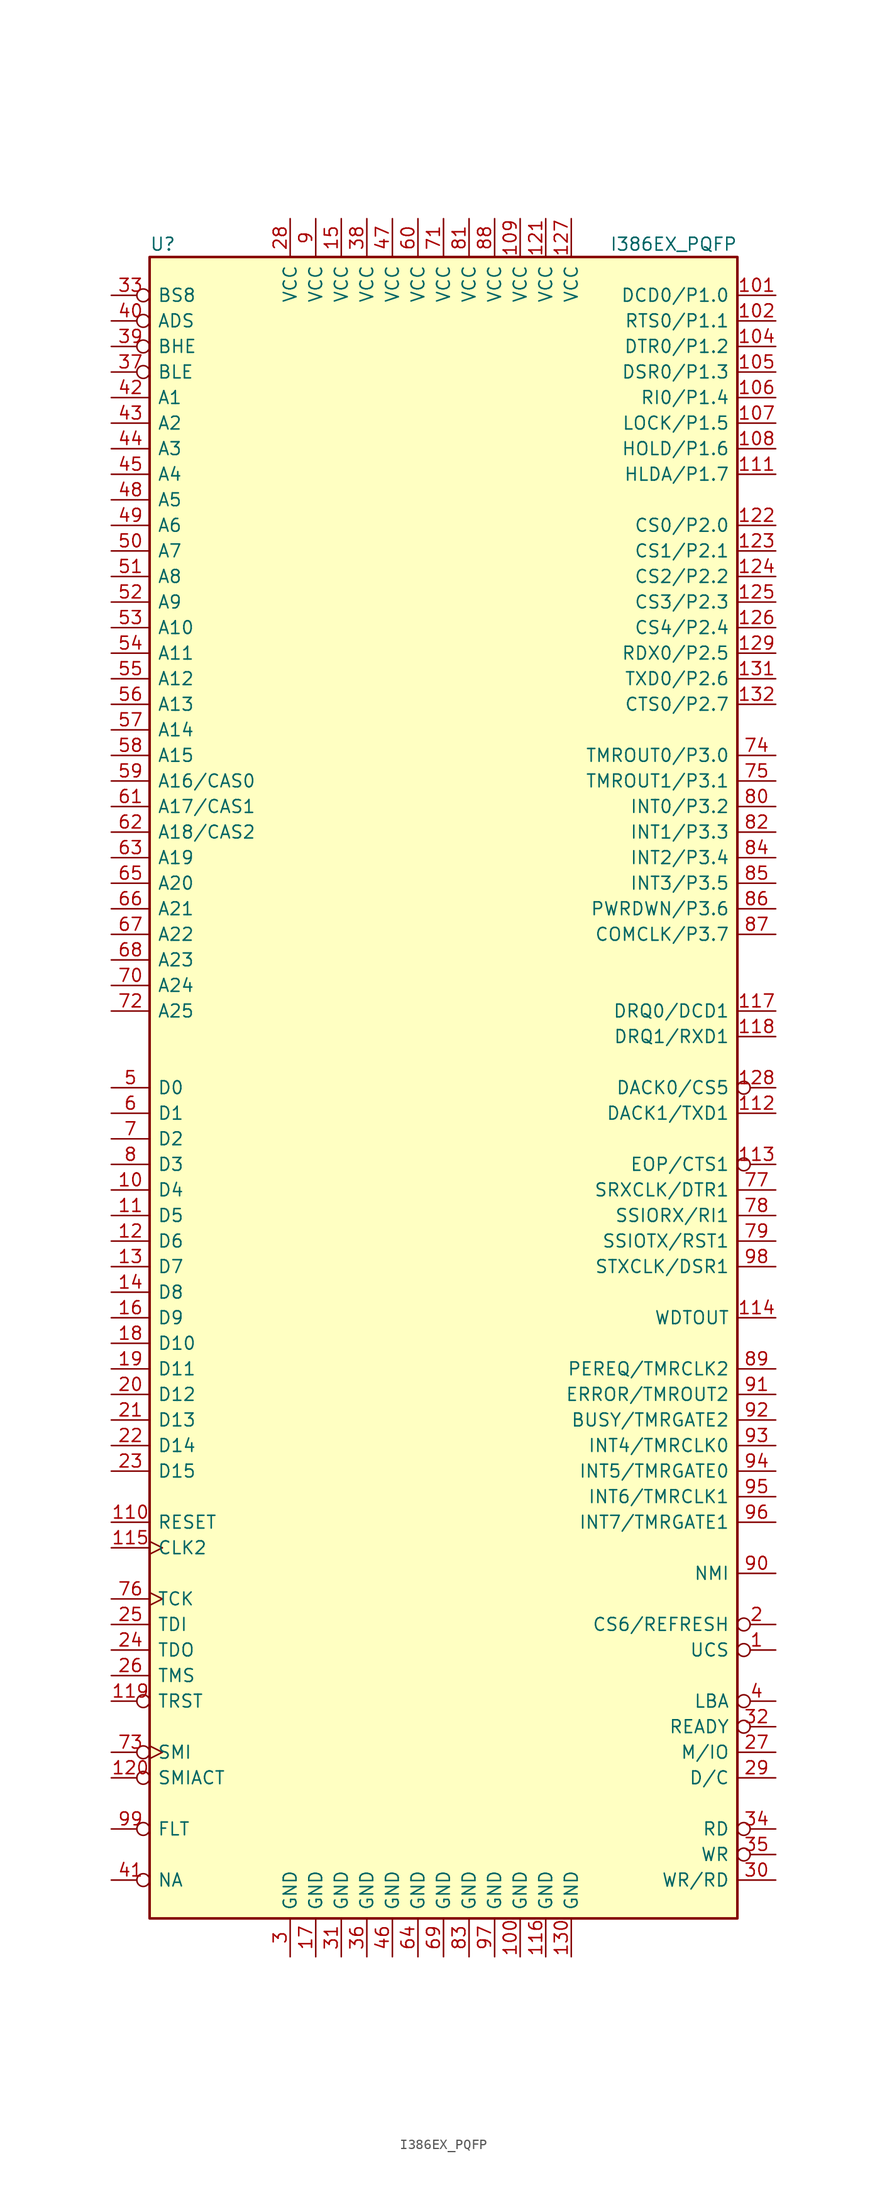
<source format=kicad_sym>
(kicad_symbol_lib
  (version 20211014)
  (generator kicad_symbol_editor)
  (symbol "I386EX_PQFP"
    (pin_names
      (offset 0.762))
    (property "Reference" "U"
      (at -29.21 83.82 0)
      (effects (font (size 1.27 1.27)) (justify left)))
    (property "Value" "I386EX_PQFP"
      (at 16.51 83.82 0)
      (effects (font (size 1.27 1.27)) (justify left)))
    (symbol "I386EX_PQFP_1_1"
      (rectangle (start -29.21 -82.55) (end 29.21 82.55) (stroke (width 0.254) (type default) (color 0 0 0 0)) (fill (type background)))
      (pin output inverted (at 33.02 -55.88 180) (length 3.81) (name "UCS" (effects (font (size 1.27 1.27)))) (number "1" (effects (font (size 1.27 1.27)))))
      (pin tri_state line (at -33.02 -10.16 0) (length 3.81) (name "D4" (effects (font (size 1.27 1.27)))) (number "10" (effects (font (size 1.27 1.27)))))
      (pin power_in line (at 7.62 -86.36 90) (length 3.81) (name "GND" (effects (font (size 1.27 1.27)))) (number "100" (effects (font (size 1.27 1.27)))))
      (pin bidirectional line (at 33.02 78.74 180) (length 3.81) (name "DCD0/P1.0" (effects (font (size 1.27 1.27)))) (number "101" (effects (font (size 1.27 1.27)))))
      (pin bidirectional line (at 33.02 76.2 180) (length 3.81) (name "RTS0/P1.1" (effects (font (size 1.27 1.27)))) (number "102" (effects (font (size 1.27 1.27)))))
      (pin bidirectional line (at 33.02 73.66 180) (length 3.81) (name "DTR0/P1.2" (effects (font (size 1.27 1.27)))) (number "104" (effects (font (size 1.27 1.27)))))
      (pin bidirectional line (at 33.02 71.12 180) (length 3.81) (name "DSR0/P1.3" (effects (font (size 1.27 1.27)))) (number "105" (effects (font (size 1.27 1.27)))))
      (pin bidirectional line (at 33.02 68.58 180) (length 3.81) (name "RI0/P1.4" (effects (font (size 1.27 1.27)))) (number "106" (effects (font (size 1.27 1.27)))))
      (pin bidirectional line (at 33.02 66.04 180) (length 3.81) (name "LOCK/P1.5" (effects (font (size 1.27 1.27)))) (number "107" (effects (font (size 1.27 1.27)))))
      (pin bidirectional line (at 33.02 63.5 180) (length 3.81) (name "HOLD/P1.6" (effects (font (size 1.27 1.27)))) (number "108" (effects (font (size 1.27 1.27)))))
      (pin power_in line (at 7.62 86.36 270) (length 3.81) (name "VCC" (effects (font (size 1.27 1.27)))) (number "109" (effects (font (size 1.27 1.27)))))
      (pin tri_state line (at -33.02 -12.7 0) (length 3.81) (name "D5" (effects (font (size 1.27 1.27)))) (number "11" (effects (font (size 1.27 1.27)))))
      (pin input line (at -33.02 -43.18 0) (length 3.81) (name "RESET" (effects (font (size 1.27 1.27)))) (number "110" (effects (font (size 1.27 1.27)))))
      (pin bidirectional line (at 33.02 60.96 180) (length 3.81) (name "HLDA/P1.7" (effects (font (size 1.27 1.27)))) (number "111" (effects (font (size 1.27 1.27)))))
      (pin output line (at 33.02 -2.54 180) (length 3.81) (name "DACK1/TXD1" (effects (font (size 1.27 1.27)))) (number "112" (effects (font (size 1.27 1.27)))))
      (pin bidirectional inverted (at 33.02 -7.62 180) (length 3.81) (name "EOP/CTS1" (effects (font (size 1.27 1.27)))) (number "113" (effects (font (size 1.27 1.27)))))
      (pin output line (at 33.02 -22.86 180) (length 3.81) (name "WDTOUT" (effects (font (size 1.27 1.27)))) (number "114" (effects (font (size 1.27 1.27)))))
      (pin input clock (at -33.02 -45.72 0) (length 3.81) (name "CLK2" (effects (font (size 1.27 1.27)))) (number "115" (effects (font (size 1.27 1.27)))))
      (pin power_in line (at 10.16 -86.36 90) (length 3.81) (name "GND" (effects (font (size 1.27 1.27)))) (number "116" (effects (font (size 1.27 1.27)))))
      (pin input line (at 33.02 7.62 180) (length 3.81) (name "DRQ0/DCD1" (effects (font (size 1.27 1.27)))) (number "117" (effects (font (size 1.27 1.27)))))
      (pin input line (at 33.02 5.08 180) (length 3.81) (name "DRQ1/RXD1" (effects (font (size 1.27 1.27)))) (number "118" (effects (font (size 1.27 1.27)))))
      (pin input inverted (at -33.02 -60.96 0) (length 3.81) (name "TRST" (effects (font (size 1.27 1.27)))) (number "119" (effects (font (size 1.27 1.27)))))
      (pin tri_state line (at -33.02 -15.24 0) (length 3.81) (name "D6" (effects (font (size 1.27 1.27)))) (number "12" (effects (font (size 1.27 1.27)))))
      (pin output inverted (at -33.02 -68.58 0) (length 3.81) (name "SMIACT" (effects (font (size 1.27 1.27)))) (number "120" (effects (font (size 1.27 1.27)))))
      (pin power_in line (at 10.16 86.36 270) (length 3.81) (name "VCC" (effects (font (size 1.27 1.27)))) (number "121" (effects (font (size 1.27 1.27)))))
      (pin bidirectional line (at 33.02 55.88 180) (length 3.81) (name "CS0/P2.0" (effects (font (size 1.27 1.27)))) (number "122" (effects (font (size 1.27 1.27)))))
      (pin bidirectional line (at 33.02 53.34 180) (length 3.81) (name "CS1/P2.1" (effects (font (size 1.27 1.27)))) (number "123" (effects (font (size 1.27 1.27)))))
      (pin bidirectional line (at 33.02 50.8 180) (length 3.81) (name "CS2/P2.2" (effects (font (size 1.27 1.27)))) (number "124" (effects (font (size 1.27 1.27)))))
      (pin bidirectional line (at 33.02 48.26 180) (length 3.81) (name "CS3/P2.3" (effects (font (size 1.27 1.27)))) (number "125" (effects (font (size 1.27 1.27)))))
      (pin bidirectional line (at 33.02 45.72 180) (length 3.81) (name "CS4/P2.4" (effects (font (size 1.27 1.27)))) (number "126" (effects (font (size 1.27 1.27)))))
      (pin power_in line (at 12.7 86.36 270) (length 3.81) (name "VCC" (effects (font (size 1.27 1.27)))) (number "127" (effects (font (size 1.27 1.27)))))
      (pin output inverted (at 33.02 0 180) (length 3.81) (name "DACK0/CS5" (effects (font (size 1.27 1.27)))) (number "128" (effects (font (size 1.27 1.27)))))
      (pin bidirectional line (at 33.02 43.18 180) (length 3.81) (name "RDX0/P2.5" (effects (font (size 1.27 1.27)))) (number "129" (effects (font (size 1.27 1.27)))))
      (pin tri_state line (at -33.02 -17.78 0) (length 3.81) (name "D7" (effects (font (size 1.27 1.27)))) (number "13" (effects (font (size 1.27 1.27)))))
      (pin power_in line (at 12.7 -86.36 90) (length 3.81) (name "GND" (effects (font (size 1.27 1.27)))) (number "130" (effects (font (size 1.27 1.27)))))
      (pin bidirectional line (at 33.02 40.64 180) (length 3.81) (name "TXD0/P2.6" (effects (font (size 1.27 1.27)))) (number "131" (effects (font (size 1.27 1.27)))))
      (pin bidirectional line (at 33.02 38.1 180) (length 3.81) (name "CTS0/P2.7" (effects (font (size 1.27 1.27)))) (number "132" (effects (font (size 1.27 1.27)))))
      (pin tri_state line (at -33.02 -20.32 0) (length 3.81) (name "D8" (effects (font (size 1.27 1.27)))) (number "14" (effects (font (size 1.27 1.27)))))
      (pin power_in line (at -10.16 86.36 270) (length 3.81) (name "VCC" (effects (font (size 1.27 1.27)))) (number "15" (effects (font (size 1.27 1.27)))))
      (pin tri_state line (at -33.02 -22.86 0) (length 3.81) (name "D9" (effects (font (size 1.27 1.27)))) (number "16" (effects (font (size 1.27 1.27)))))
      (pin power_in line (at -12.7 -86.36 90) (length 3.81) (name "GND" (effects (font (size 1.27 1.27)))) (number "17" (effects (font (size 1.27 1.27)))))
      (pin tri_state line (at -33.02 -25.4 0) (length 3.81) (name "D10" (effects (font (size 1.27 1.27)))) (number "18" (effects (font (size 1.27 1.27)))))
      (pin tri_state line (at -33.02 -27.94 0) (length 3.81) (name "D11" (effects (font (size 1.27 1.27)))) (number "19" (effects (font (size 1.27 1.27)))))
      (pin output inverted (at 33.02 -53.34 180) (length 3.81) (name "CS6/REFRESH" (effects (font (size 1.27 1.27)))) (number "2" (effects (font (size 1.27 1.27)))))
      (pin tri_state line (at -33.02 -30.48 0) (length 3.81) (name "D12" (effects (font (size 1.27 1.27)))) (number "20" (effects (font (size 1.27 1.27)))))
      (pin tri_state line (at -33.02 -33.02 0) (length 3.81) (name "D13" (effects (font (size 1.27 1.27)))) (number "21" (effects (font (size 1.27 1.27)))))
      (pin tri_state line (at -33.02 -35.56 0) (length 3.81) (name "D14" (effects (font (size 1.27 1.27)))) (number "22" (effects (font (size 1.27 1.27)))))
      (pin tri_state line (at -33.02 -38.1 0) (length 3.81) (name "D15" (effects (font (size 1.27 1.27)))) (number "23" (effects (font (size 1.27 1.27)))))
      (pin output line (at -33.02 -55.88 0) (length 3.81) (name "TDO" (effects (font (size 1.27 1.27)))) (number "24" (effects (font (size 1.27 1.27)))))
      (pin input line (at -33.02 -53.34 0) (length 3.81) (name "TDI" (effects (font (size 1.27 1.27)))) (number "25" (effects (font (size 1.27 1.27)))))
      (pin input line (at -33.02 -58.42 0) (length 3.81) (name "TMS" (effects (font (size 1.27 1.27)))) (number "26" (effects (font (size 1.27 1.27)))))
      (pin output line (at 33.02 -66.04 180) (length 3.81) (name "M/IO" (effects (font (size 1.27 1.27)))) (number "27" (effects (font (size 1.27 1.27)))))
      (pin power_in line (at -15.24 86.36 270) (length 3.81) (name "VCC" (effects (font (size 1.27 1.27)))) (number "28" (effects (font (size 1.27 1.27)))))
      (pin output line (at 33.02 -68.58 180) (length 3.81) (name "D/C" (effects (font (size 1.27 1.27)))) (number "29" (effects (font (size 1.27 1.27)))))
      (pin power_in line (at -15.24 -86.36 90) (length 3.81) (name "GND" (effects (font (size 1.27 1.27)))) (number "3" (effects (font (size 1.27 1.27)))))
      (pin output line (at 33.02 -78.74 180) (length 3.81) (name "WR/RD" (effects (font (size 1.27 1.27)))) (number "30" (effects (font (size 1.27 1.27)))))
      (pin power_in line (at -10.16 -86.36 90) (length 3.81) (name "GND" (effects (font (size 1.27 1.27)))) (number "31" (effects (font (size 1.27 1.27)))))
      (pin bidirectional inverted (at 33.02 -63.5 180) (length 3.81) (name "READY" (effects (font (size 1.27 1.27)))) (number "32" (effects (font (size 1.27 1.27)))))
      (pin input inverted (at -33.02 78.74 0) (length 3.81) (name "BS8" (effects (font (size 1.27 1.27)))) (number "33" (effects (font (size 1.27 1.27)))))
      (pin output inverted (at 33.02 -73.66 180) (length 3.81) (name "RD" (effects (font (size 1.27 1.27)))) (number "34" (effects (font (size 1.27 1.27)))))
      (pin output inverted (at 33.02 -76.2 180) (length 3.81) (name "WR" (effects (font (size 1.27 1.27)))) (number "35" (effects (font (size 1.27 1.27)))))
      (pin power_in line (at -7.62 -86.36 90) (length 3.81) (name "GND" (effects (font (size 1.27 1.27)))) (number "36" (effects (font (size 1.27 1.27)))))
      (pin output inverted (at -33.02 71.12 0) (length 3.81) (name "BLE" (effects (font (size 1.27 1.27)))) (number "37" (effects (font (size 1.27 1.27)))))
      (pin power_in line (at -7.62 86.36 270) (length 3.81) (name "VCC" (effects (font (size 1.27 1.27)))) (number "38" (effects (font (size 1.27 1.27)))))
      (pin output inverted (at -33.02 73.66 0) (length 3.81) (name "BHE" (effects (font (size 1.27 1.27)))) (number "39" (effects (font (size 1.27 1.27)))))
      (pin output inverted (at 33.02 -60.96 180) (length 3.81) (name "LBA" (effects (font (size 1.27 1.27)))) (number "4" (effects (font (size 1.27 1.27)))))
      (pin output inverted (at -33.02 76.2 0) (length 3.81) (name "ADS" (effects (font (size 1.27 1.27)))) (number "40" (effects (font (size 1.27 1.27)))))
      (pin input inverted (at -33.02 -78.74 0) (length 3.81) (name "NA" (effects (font (size 1.27 1.27)))) (number "41" (effects (font (size 1.27 1.27)))))
      (pin tri_state line (at -33.02 68.58 0) (length 3.81) (name "A1" (effects (font (size 1.27 1.27)))) (number "42" (effects (font (size 1.27 1.27)))))
      (pin tri_state line (at -33.02 66.04 0) (length 3.81) (name "A2" (effects (font (size 1.27 1.27)))) (number "43" (effects (font (size 1.27 1.27)))))
      (pin tri_state line (at -33.02 63.5 0) (length 3.81) (name "A3" (effects (font (size 1.27 1.27)))) (number "44" (effects (font (size 1.27 1.27)))))
      (pin tri_state line (at -33.02 60.96 0) (length 3.81) (name "A4" (effects (font (size 1.27 1.27)))) (number "45" (effects (font (size 1.27 1.27)))))
      (pin power_in line (at -5.08 -86.36 90) (length 3.81) (name "GND" (effects (font (size 1.27 1.27)))) (number "46" (effects (font (size 1.27 1.27)))))
      (pin power_in line (at -5.08 86.36 270) (length 3.81) (name "VCC" (effects (font (size 1.27 1.27)))) (number "47" (effects (font (size 1.27 1.27)))))
      (pin tri_state line (at -33.02 58.42 0) (length 3.81) (name "A5" (effects (font (size 1.27 1.27)))) (number "48" (effects (font (size 1.27 1.27)))))
      (pin tri_state line (at -33.02 55.88 0) (length 3.81) (name "A6" (effects (font (size 1.27 1.27)))) (number "49" (effects (font (size 1.27 1.27)))))
      (pin tri_state line (at -33.02 0 0) (length 3.81) (name "D0" (effects (font (size 1.27 1.27)))) (number "5" (effects (font (size 1.27 1.27)))))
      (pin tri_state line (at -33.02 53.34 0) (length 3.81) (name "A7" (effects (font (size 1.27 1.27)))) (number "50" (effects (font (size 1.27 1.27)))))
      (pin tri_state line (at -33.02 50.8 0) (length 3.81) (name "A8" (effects (font (size 1.27 1.27)))) (number "51" (effects (font (size 1.27 1.27)))))
      (pin tri_state line (at -33.02 48.26 0) (length 3.81) (name "A9" (effects (font (size 1.27 1.27)))) (number "52" (effects (font (size 1.27 1.27)))))
      (pin tri_state line (at -33.02 45.72 0) (length 3.81) (name "A10" (effects (font (size 1.27 1.27)))) (number "53" (effects (font (size 1.27 1.27)))))
      (pin tri_state line (at -33.02 43.18 0) (length 3.81) (name "A11" (effects (font (size 1.27 1.27)))) (number "54" (effects (font (size 1.27 1.27)))))
      (pin tri_state line (at -33.02 40.64 0) (length 3.81) (name "A12" (effects (font (size 1.27 1.27)))) (number "55" (effects (font (size 1.27 1.27)))))
      (pin tri_state line (at -33.02 38.1 0) (length 3.81) (name "A13" (effects (font (size 1.27 1.27)))) (number "56" (effects (font (size 1.27 1.27)))))
      (pin tri_state line (at -33.02 35.56 0) (length 3.81) (name "A14" (effects (font (size 1.27 1.27)))) (number "57" (effects (font (size 1.27 1.27)))))
      (pin tri_state line (at -33.02 33.02 0) (length 3.81) (name "A15" (effects (font (size 1.27 1.27)))) (number "58" (effects (font (size 1.27 1.27)))))
      (pin tri_state line (at -33.02 30.48 0) (length 3.81) (name "A16/CAS0" (effects (font (size 1.27 1.27)))) (number "59" (effects (font (size 1.27 1.27)))))
      (pin tri_state line (at -33.02 -2.54 0) (length 3.81) (name "D1" (effects (font (size 1.27 1.27)))) (number "6" (effects (font (size 1.27 1.27)))))
      (pin power_in line (at -2.54 86.36 270) (length 3.81) (name "VCC" (effects (font (size 1.27 1.27)))) (number "60" (effects (font (size 1.27 1.27)))))
      (pin tri_state line (at -33.02 27.94 0) (length 3.81) (name "A17/CAS1" (effects (font (size 1.27 1.27)))) (number "61" (effects (font (size 1.27 1.27)))))
      (pin tri_state line (at -33.02 25.4 0) (length 3.81) (name "A18/CAS2" (effects (font (size 1.27 1.27)))) (number "62" (effects (font (size 1.27 1.27)))))
      (pin tri_state line (at -33.02 22.86 0) (length 3.81) (name "A19" (effects (font (size 1.27 1.27)))) (number "63" (effects (font (size 1.27 1.27)))))
      (pin power_in line (at -2.54 -86.36 90) (length 3.81) (name "GND" (effects (font (size 1.27 1.27)))) (number "64" (effects (font (size 1.27 1.27)))))
      (pin tri_state line (at -33.02 20.32 0) (length 3.81) (name "A20" (effects (font (size 1.27 1.27)))) (number "65" (effects (font (size 1.27 1.27)))))
      (pin tri_state line (at -33.02 17.78 0) (length 3.81) (name "A21" (effects (font (size 1.27 1.27)))) (number "66" (effects (font (size 1.27 1.27)))))
      (pin tri_state line (at -33.02 15.24 0) (length 3.81) (name "A22" (effects (font (size 1.27 1.27)))) (number "67" (effects (font (size 1.27 1.27)))))
      (pin tri_state line (at -33.02 12.7 0) (length 3.81) (name "A23" (effects (font (size 1.27 1.27)))) (number "68" (effects (font (size 1.27 1.27)))))
      (pin power_in line (at 0 -86.36 90) (length 3.81) (name "GND" (effects (font (size 1.27 1.27)))) (number "69" (effects (font (size 1.27 1.27)))))
      (pin tri_state line (at -33.02 -5.08 0) (length 3.81) (name "D2" (effects (font (size 1.27 1.27)))) (number "7" (effects (font (size 1.27 1.27)))))
      (pin tri_state line (at -33.02 10.16 0) (length 3.81) (name "A24" (effects (font (size 1.27 1.27)))) (number "70" (effects (font (size 1.27 1.27)))))
      (pin power_in line (at 0 86.36 270) (length 3.81) (name "VCC" (effects (font (size 1.27 1.27)))) (number "71" (effects (font (size 1.27 1.27)))))
      (pin tri_state line (at -33.02 7.62 0) (length 3.81) (name "A25" (effects (font (size 1.27 1.27)))) (number "72" (effects (font (size 1.27 1.27)))))
      (pin input inverted_clock (at -33.02 -66.04 0) (length 3.81) (name "SMI" (effects (font (size 1.27 1.27)))) (number "73" (effects (font (size 1.27 1.27)))))
      (pin bidirectional line (at 33.02 33.02 180) (length 3.81) (name "TMROUT0/P3.0" (effects (font (size 1.27 1.27)))) (number "74" (effects (font (size 1.27 1.27)))))
      (pin bidirectional line (at 33.02 30.48 180) (length 3.81) (name "TMROUT1/P3.1" (effects (font (size 1.27 1.27)))) (number "75" (effects (font (size 1.27 1.27)))))
      (pin input clock (at -33.02 -50.8 0) (length 3.81) (name "TCK" (effects (font (size 1.27 1.27)))) (number "76" (effects (font (size 1.27 1.27)))))
      (pin bidirectional line (at 33.02 -10.16 180) (length 3.81) (name "SRXCLK/DTR1" (effects (font (size 1.27 1.27)))) (number "77" (effects (font (size 1.27 1.27)))))
      (pin input line (at 33.02 -12.7 180) (length 3.81) (name "SSIORX/RI1" (effects (font (size 1.27 1.27)))) (number "78" (effects (font (size 1.27 1.27)))))
      (pin bidirectional line (at 33.02 -15.24 180) (length 3.81) (name "SSIOTX/RST1" (effects (font (size 1.27 1.27)))) (number "79" (effects (font (size 1.27 1.27)))))
      (pin tri_state line (at -33.02 -7.62 0) (length 3.81) (name "D3" (effects (font (size 1.27 1.27)))) (number "8" (effects (font (size 1.27 1.27)))))
      (pin bidirectional line (at 33.02 27.94 180) (length 3.81) (name "INT0/P3.2" (effects (font (size 1.27 1.27)))) (number "80" (effects (font (size 1.27 1.27)))))
      (pin power_in line (at 2.54 86.36 270) (length 3.81) (name "VCC" (effects (font (size 1.27 1.27)))) (number "81" (effects (font (size 1.27 1.27)))))
      (pin bidirectional line (at 33.02 25.4 180) (length 3.81) (name "INT1/P3.3" (effects (font (size 1.27 1.27)))) (number "82" (effects (font (size 1.27 1.27)))))
      (pin power_in line (at 2.54 -86.36 90) (length 3.81) (name "GND" (effects (font (size 1.27 1.27)))) (number "83" (effects (font (size 1.27 1.27)))))
      (pin bidirectional line (at 33.02 22.86 180) (length 3.81) (name "INT2/P3.4" (effects (font (size 1.27 1.27)))) (number "84" (effects (font (size 1.27 1.27)))))
      (pin bidirectional line (at 33.02 20.32 180) (length 3.81) (name "INT3/P3.5" (effects (font (size 1.27 1.27)))) (number "85" (effects (font (size 1.27 1.27)))))
      (pin bidirectional line (at 33.02 17.78 180) (length 3.81) (name "PWRDWN/P3.6" (effects (font (size 1.27 1.27)))) (number "86" (effects (font (size 1.27 1.27)))))
      (pin bidirectional line (at 33.02 15.24 180) (length 3.81) (name "COMCLK/P3.7" (effects (font (size 1.27 1.27)))) (number "87" (effects (font (size 1.27 1.27)))))
      (pin power_in line (at 5.08 86.36 270) (length 3.81) (name "VCC" (effects (font (size 1.27 1.27)))) (number "88" (effects (font (size 1.27 1.27)))))
      (pin input line (at 33.02 -27.94 180) (length 3.81) (name "PEREQ/TMRCLK2" (effects (font (size 1.27 1.27)))) (number "89" (effects (font (size 1.27 1.27)))))
      (pin power_in line (at -12.7 86.36 270) (length 3.81) (name "VCC" (effects (font (size 1.27 1.27)))) (number "9" (effects (font (size 1.27 1.27)))))
      (pin input line (at 33.02 -48.26 180) (length 3.81) (name "NMI" (effects (font (size 1.27 1.27)))) (number "90" (effects (font (size 1.27 1.27)))))
      (pin bidirectional line (at 33.02 -30.48 180) (length 3.81) (name "ERROR/TMROUT2" (effects (font (size 1.27 1.27)))) (number "91" (effects (font (size 1.27 1.27)))))
      (pin input line (at 33.02 -33.02 180) (length 3.81) (name "BUSY/TMRGATE2" (effects (font (size 1.27 1.27)))) (number "92" (effects (font (size 1.27 1.27)))))
      (pin input line (at 33.02 -35.56 180) (length 3.81) (name "INT4/TMRCLK0" (effects (font (size 1.27 1.27)))) (number "93" (effects (font (size 1.27 1.27)))))
      (pin input line (at 33.02 -38.1 180) (length 3.81) (name "INT5/TMRGATE0" (effects (font (size 1.27 1.27)))) (number "94" (effects (font (size 1.27 1.27)))))
      (pin input line (at 33.02 -40.64 180) (length 3.81) (name "INT6/TMRCLK1" (effects (font (size 1.27 1.27)))) (number "95" (effects (font (size 1.27 1.27)))))
      (pin input line (at 33.02 -43.18 180) (length 3.81) (name "INT7/TMRGATE1" (effects (font (size 1.27 1.27)))) (number "96" (effects (font (size 1.27 1.27)))))
      (pin power_in line (at 5.08 -86.36 90) (length 3.81) (name "GND" (effects (font (size 1.27 1.27)))) (number "97" (effects (font (size 1.27 1.27)))))
      (pin bidirectional line (at 33.02 -17.78 180) (length 3.81) (name "STXCLK/DSR1" (effects (font (size 1.27 1.27)))) (number "98" (effects (font (size 1.27 1.27)))))
      (pin input inverted (at -33.02 -73.66 0) (length 3.81) (name "FLT" (effects (font (size 1.27 1.27)))) (number "99" (effects (font (size 1.27 1.27))))))))
</source>
